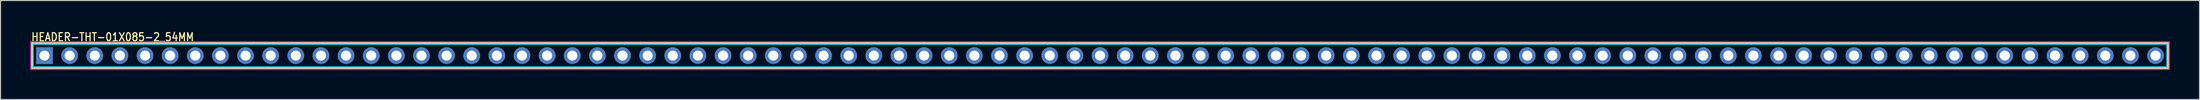
<source format=kicad_pcb>
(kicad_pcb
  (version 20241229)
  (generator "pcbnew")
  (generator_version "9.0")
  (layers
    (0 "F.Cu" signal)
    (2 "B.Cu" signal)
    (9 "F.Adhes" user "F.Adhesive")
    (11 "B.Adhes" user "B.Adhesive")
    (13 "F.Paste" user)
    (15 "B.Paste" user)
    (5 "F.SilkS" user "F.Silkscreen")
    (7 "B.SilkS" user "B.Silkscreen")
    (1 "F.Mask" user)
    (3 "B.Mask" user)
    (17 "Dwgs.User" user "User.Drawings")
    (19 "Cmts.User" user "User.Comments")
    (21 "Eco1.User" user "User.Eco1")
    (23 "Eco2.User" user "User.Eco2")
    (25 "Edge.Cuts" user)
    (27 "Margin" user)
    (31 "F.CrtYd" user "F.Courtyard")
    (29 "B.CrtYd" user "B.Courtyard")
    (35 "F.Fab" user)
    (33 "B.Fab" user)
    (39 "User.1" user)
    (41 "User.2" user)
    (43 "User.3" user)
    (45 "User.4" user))
  (footprint "HEADER-THT-01X085-2_54MM"
    (layer "F.Cu")
    (at 1.447 2.579)
    (property "Reference" "HEADER-THT-01X085-2_54MM" (at -1.4 -1.4 0) (unlocked yes) (layer "F.SilkS") (effects (font (size 0.813 0.695) (thickness 0.122)) (justify left bottom)))
    (fp_line (start -1.27 -1.27) (end -1.27 1.27) (stroke (width 0.127) (type solid)) (layer "F.SilkS"))
    (fp_line (start -1.27 1.27) (end 214.63 1.27) (stroke (width 0.127) (type solid)) (layer "F.SilkS"))
    (fp_line (start 214.63 -1.27) (end -1.27 -1.27) (stroke (width 0.127) (type solid)) (layer "F.SilkS"))
    (fp_line (start 214.63 1.27) (end 214.63 -1.27) (stroke (width 0.127) (type solid)) (layer "F.SilkS"))
    (fp_poly (pts (xy -1.143 -1.143) (xy 214.503 -1.143) (xy 214.503 1.143) (xy -1.143 1.143)) (stroke (width 0.1) (type solid)) (fill no) (layer "B.CrtYd"))
    (fp_poly (pts (xy -1.397 -1.397) (xy 214.757 -1.397) (xy 214.757 1.397) (xy -1.397 1.397)) (stroke (width 0.1) (type solid)) (fill no) (layer "F.CrtYd"))
    (pad "P$1" thru_hole rect (at 0 0) (size 1.693 1.693) (drill 1.016) (layers "*.Cu" "*.Mask"))
    (pad "P$2" thru_hole oval (at 2.54 0) (size 1.693 1.693) (drill 1.016) (layers "*.Cu" "*.Mask"))
    (pad "P$3" thru_hole oval (at 5.08 0) (size 1.693 1.693) (drill 1.016) (layers "*.Cu" "*.Mask"))
    (pad "P$4" thru_hole oval (at 7.62 0) (size 1.693 1.693) (drill 1.016) (layers "*.Cu" "*.Mask"))
    (pad "P$5" thru_hole oval (at 10.16 0) (size 1.693 1.693) (drill 1.016) (layers "*.Cu" "*.Mask"))
    (pad "P$6" thru_hole oval (at 12.7 0) (size 1.693 1.693) (drill 1.016) (layers "*.Cu" "*.Mask"))
    (pad "P$7" thru_hole oval (at 15.24 0) (size 1.693 1.693) (drill 1.016) (layers "*.Cu" "*.Mask"))
    (pad "P$8" thru_hole oval (at 17.78 0) (size 1.693 1.693) (drill 1.016) (layers "*.Cu" "*.Mask"))
    (pad "P$9" thru_hole oval (at 20.32 0) (size 1.693 1.693) (drill 1.016) (layers "*.Cu" "*.Mask"))
    (pad "P$10" thru_hole oval (at 22.86 0) (size 1.693 1.693) (drill 1.016) (layers "*.Cu" "*.Mask"))
    (pad "P$11" thru_hole oval (at 25.4 0) (size 1.693 1.693) (drill 1.016) (layers "*.Cu" "*.Mask"))
    (pad "P$12" thru_hole oval (at 27.94 0) (size 1.693 1.693) (drill 1.016) (layers "*.Cu" "*.Mask"))
    (pad "P$13" thru_hole oval (at 30.48 0) (size 1.693 1.693) (drill 1.016) (layers "*.Cu" "*.Mask"))
    (pad "P$14" thru_hole oval (at 33.02 0) (size 1.693 1.693) (drill 1.016) (layers "*.Cu" "*.Mask"))
    (pad "P$15" thru_hole oval (at 35.56 0) (size 1.693 1.693) (drill 1.016) (layers "*.Cu" "*.Mask"))
    (pad "P$16" thru_hole oval (at 38.1 0) (size 1.693 1.693) (drill 1.016) (layers "*.Cu" "*.Mask"))
    (pad "P$17" thru_hole oval (at 40.64 0) (size 1.693 1.693) (drill 1.016) (layers "*.Cu" "*.Mask"))
    (pad "P$18" thru_hole oval (at 43.18 0) (size 1.693 1.693) (drill 1.016) (layers "*.Cu" "*.Mask"))
    (pad "P$19" thru_hole oval (at 45.72 0) (size 1.693 1.693) (drill 1.016) (layers "*.Cu" "*.Mask"))
    (pad "P$20" thru_hole oval (at 48.26 0) (size 1.693 1.693) (drill 1.016) (layers "*.Cu" "*.Mask"))
    (pad "P$21" thru_hole oval (at 50.8 0) (size 1.693 1.693) (drill 1.016) (layers "*.Cu" "*.Mask"))
    (pad "P$22" thru_hole oval (at 53.34 0) (size 1.693 1.693) (drill 1.016) (layers "*.Cu" "*.Mask"))
    (pad "P$23" thru_hole oval (at 55.88 0) (size 1.693 1.693) (drill 1.016) (layers "*.Cu" "*.Mask"))
    (pad "P$24" thru_hole oval (at 58.42 0) (size 1.693 1.693) (drill 1.016) (layers "*.Cu" "*.Mask"))
    (pad "P$25" thru_hole oval (at 60.96 0) (size 1.693 1.693) (drill 1.016) (layers "*.Cu" "*.Mask"))
    (pad "P$26" thru_hole oval (at 63.5 0) (size 1.693 1.693) (drill 1.016) (layers "*.Cu" "*.Mask"))
    (pad "P$27" thru_hole oval (at 66.04 0) (size 1.693 1.693) (drill 1.016) (layers "*.Cu" "*.Mask"))
    (pad "P$28" thru_hole oval (at 68.58 0) (size 1.693 1.693) (drill 1.016) (layers "*.Cu" "*.Mask"))
    (pad "P$29" thru_hole oval (at 71.12 0) (size 1.693 1.693) (drill 1.016) (layers "*.Cu" "*.Mask"))
    (pad "P$30" thru_hole oval (at 73.66 0) (size 1.693 1.693) (drill 1.016) (layers "*.Cu" "*.Mask"))
    (pad "P$31" thru_hole oval (at 76.2 0) (size 1.693 1.693) (drill 1.016) (layers "*.Cu" "*.Mask"))
    (pad "P$32" thru_hole oval (at 78.74 0) (size 1.693 1.693) (drill 1.016) (layers "*.Cu" "*.Mask"))
    (pad "P$33" thru_hole oval (at 81.28 0) (size 1.693 1.693) (drill 1.016) (layers "*.Cu" "*.Mask"))
    (pad "P$34" thru_hole oval (at 83.82 0) (size 1.693 1.693) (drill 1.016) (layers "*.Cu" "*.Mask"))
    (pad "P$35" thru_hole oval (at 86.36 0) (size 1.693 1.693) (drill 1.016) (layers "*.Cu" "*.Mask"))
    (pad "P$36" thru_hole oval (at 88.9 0) (size 1.693 1.693) (drill 1.016) (layers "*.Cu" "*.Mask"))
    (pad "P$37" thru_hole oval (at 91.44 0) (size 1.693 1.693) (drill 1.016) (layers "*.Cu" "*.Mask"))
    (pad "P$38" thru_hole oval (at 93.98 0) (size 1.693 1.693) (drill 1.016) (layers "*.Cu" "*.Mask"))
    (pad "P$39" thru_hole oval (at 96.52 0) (size 1.693 1.693) (drill 1.016) (layers "*.Cu" "*.Mask"))
    (pad "P$40" thru_hole oval (at 99.06 0) (size 1.693 1.693) (drill 1.016) (layers "*.Cu" "*.Mask"))
    (pad "P$41" thru_hole oval (at 101.6 0) (size 1.693 1.693) (drill 1.016) (layers "*.Cu" "*.Mask"))
    (pad "P$42" thru_hole oval (at 104.14 0) (size 1.693 1.693) (drill 1.016) (layers "*.Cu" "*.Mask"))
    (pad "P$43" thru_hole oval (at 106.68 0) (size 1.693 1.693) (drill 1.016) (layers "*.Cu" "*.Mask"))
    (pad "P$44" thru_hole oval (at 109.22 0) (size 1.693 1.693) (drill 1.016) (layers "*.Cu" "*.Mask"))
    (pad "P$45" thru_hole oval (at 111.76 0) (size 1.693 1.693) (drill 1.016) (layers "*.Cu" "*.Mask"))
    (pad "P$46" thru_hole oval (at 114.3 0) (size 1.693 1.693) (drill 1.016) (layers "*.Cu" "*.Mask"))
    (pad "P$47" thru_hole oval (at 116.84 0) (size 1.693 1.693) (drill 1.016) (layers "*.Cu" "*.Mask"))
    (pad "P$48" thru_hole oval (at 119.38 0) (size 1.693 1.693) (drill 1.016) (layers "*.Cu" "*.Mask"))
    (pad "P$49" thru_hole oval (at 121.92 0) (size 1.693 1.693) (drill 1.016) (layers "*.Cu" "*.Mask"))
    (pad "P$50" thru_hole oval (at 124.46 0) (size 1.693 1.693) (drill 1.016) (layers "*.Cu" "*.Mask"))
    (pad "P$51" thru_hole oval (at 127 0) (size 1.693 1.693) (drill 1.016) (layers "*.Cu" "*.Mask"))
    (pad "P$52" thru_hole oval (at 129.54 0) (size 1.693 1.693) (drill 1.016) (layers "*.Cu" "*.Mask"))
    (pad "P$53" thru_hole oval (at 132.08 0) (size 1.693 1.693) (drill 1.016) (layers "*.Cu" "*.Mask"))
    (pad "P$54" thru_hole oval (at 134.62 0) (size 1.693 1.693) (drill 1.016) (layers "*.Cu" "*.Mask"))
    (pad "P$55" thru_hole oval (at 137.16 0) (size 1.693 1.693) (drill 1.016) (layers "*.Cu" "*.Mask"))
    (pad "P$56" thru_hole oval (at 139.7 0) (size 1.693 1.693) (drill 1.016) (layers "*.Cu" "*.Mask"))
    (pad "P$57" thru_hole oval (at 142.24 0) (size 1.693 1.693) (drill 1.016) (layers "*.Cu" "*.Mask"))
    (pad "P$58" thru_hole oval (at 144.78 0) (size 1.693 1.693) (drill 1.016) (layers "*.Cu" "*.Mask"))
    (pad "P$59" thru_hole oval (at 147.32 0) (size 1.693 1.693) (drill 1.016) (layers "*.Cu" "*.Mask"))
    (pad "P$60" thru_hole oval (at 149.86 0) (size 1.693 1.693) (drill 1.016) (layers "*.Cu" "*.Mask"))
    (pad "P$61" thru_hole oval (at 152.4 0) (size 1.693 1.693) (drill 1.016) (layers "*.Cu" "*.Mask"))
    (pad "P$62" thru_hole oval (at 154.94 0) (size 1.693 1.693) (drill 1.016) (layers "*.Cu" "*.Mask"))
    (pad "P$63" thru_hole oval (at 157.48 0) (size 1.693 1.693) (drill 1.016) (layers "*.Cu" "*.Mask"))
    (pad "P$64" thru_hole oval (at 160.02 0) (size 1.693 1.693) (drill 1.016) (layers "*.Cu" "*.Mask"))
    (pad "P$65" thru_hole oval (at 162.56 0) (size 1.693 1.693) (drill 1.016) (layers "*.Cu" "*.Mask"))
    (pad "P$66" thru_hole oval (at 165.1 0) (size 1.693 1.693) (drill 1.016) (layers "*.Cu" "*.Mask"))
    (pad "P$67" thru_hole oval (at 167.64 0) (size 1.693 1.693) (drill 1.016) (layers "*.Cu" "*.Mask"))
    (pad "P$68" thru_hole oval (at 170.18 0) (size 1.693 1.693) (drill 1.016) (layers "*.Cu" "*.Mask"))
    (pad "P$69" thru_hole oval (at 172.72 0) (size 1.693 1.693) (drill 1.016) (layers "*.Cu" "*.Mask"))
    (pad "P$70" thru_hole oval (at 175.26 0) (size 1.693 1.693) (drill 1.016) (layers "*.Cu" "*.Mask"))
    (pad "P$71" thru_hole oval (at 177.8 0) (size 1.693 1.693) (drill 1.016) (layers "*.Cu" "*.Mask"))
    (pad "P$72" thru_hole oval (at 180.34 0) (size 1.693 1.693) (drill 1.016) (layers "*.Cu" "*.Mask"))
    (pad "P$73" thru_hole oval (at 182.88 0) (size 1.693 1.693) (drill 1.016) (layers "*.Cu" "*.Mask"))
    (pad "P$74" thru_hole oval (at 185.42 0) (size 1.693 1.693) (drill 1.016) (layers "*.Cu" "*.Mask"))
    (pad "P$75" thru_hole oval (at 187.96 0) (size 1.693 1.693) (drill 1.016) (layers "*.Cu" "*.Mask"))
    (pad "P$76" thru_hole oval (at 190.5 0) (size 1.693 1.693) (drill 1.016) (layers "*.Cu" "*.Mask"))
    (pad "P$77" thru_hole oval (at 193.04 0) (size 1.693 1.693) (drill 1.016) (layers "*.Cu" "*.Mask"))
    (pad "P$78" thru_hole oval (at 195.58 0) (size 1.693 1.693) (drill 1.016) (layers "*.Cu" "*.Mask"))
    (pad "P$79" thru_hole oval (at 198.12 0) (size 1.693 1.693) (drill 1.016) (layers "*.Cu" "*.Mask"))
    (pad "P$80" thru_hole oval (at 200.66 0) (size 1.693 1.693) (drill 1.016) (layers "*.Cu" "*.Mask"))
    (pad "P$81" thru_hole oval (at 203.2 0) (size 1.693 1.693) (drill 1.016) (layers "*.Cu" "*.Mask"))
    (pad "P$82" thru_hole oval (at 205.74 0) (size 1.693 1.693) (drill 1.016) (layers "*.Cu" "*.Mask"))
    (pad "P$83" thru_hole oval (at 208.28 0) (size 1.693 1.693) (drill 1.016) (layers "*.Cu" "*.Mask"))
    (pad "P$84" thru_hole oval (at 210.82 0) (size 1.693 1.693) (drill 1.016) (layers "*.Cu" "*.Mask"))
    (pad "P$85" thru_hole oval (at 213.36 0) (size 1.693 1.693) (drill 1.016) (layers "*.Cu" "*.Mask")))
  (gr_rect
    (start -3 -3)
    (end 219.254 7.026)
    (stroke (width 0.1) (type default))
    (fill no)
    (layer "Edge.Cuts")))
</source>
